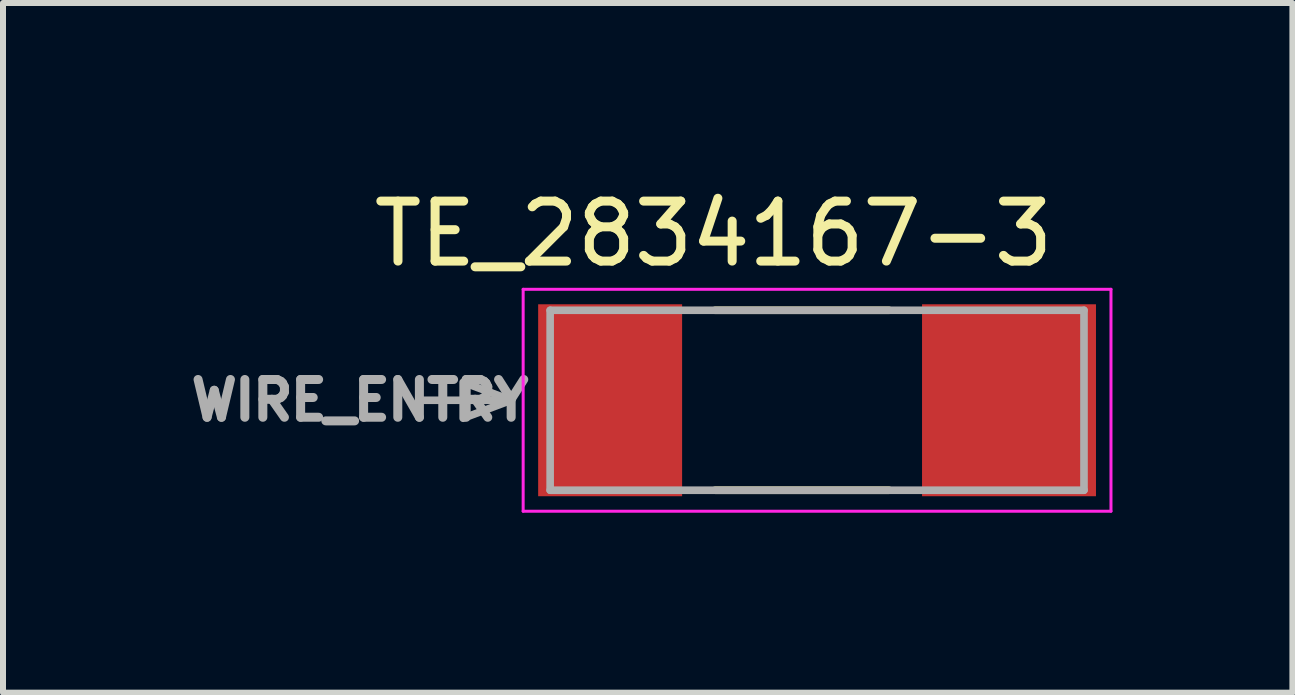
<source format=kicad_pcb>
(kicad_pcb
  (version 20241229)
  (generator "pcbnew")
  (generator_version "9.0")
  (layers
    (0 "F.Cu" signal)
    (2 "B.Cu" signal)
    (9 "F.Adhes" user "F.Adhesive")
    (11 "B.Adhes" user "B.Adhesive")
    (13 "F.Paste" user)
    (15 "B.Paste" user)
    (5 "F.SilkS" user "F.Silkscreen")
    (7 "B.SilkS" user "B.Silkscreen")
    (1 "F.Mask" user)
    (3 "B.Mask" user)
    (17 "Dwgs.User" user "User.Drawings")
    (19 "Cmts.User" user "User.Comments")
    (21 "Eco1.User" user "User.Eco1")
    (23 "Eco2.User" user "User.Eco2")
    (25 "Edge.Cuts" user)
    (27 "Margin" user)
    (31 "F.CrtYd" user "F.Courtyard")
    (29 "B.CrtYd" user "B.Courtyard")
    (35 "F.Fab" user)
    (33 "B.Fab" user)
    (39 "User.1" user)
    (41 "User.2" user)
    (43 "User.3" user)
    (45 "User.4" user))
  (footprint "TE_2834167-3"
    (layer "F.Cu")
    (at 10.572 3.623)
    (property "Reference" "TE_2834167-3" (at -1.725 -2.775 0) (layer "F.SilkS") (effects (font (size 1 1) (thickness 0.15))))
    (attr smd)
    (fp_line (start -1.7 -1.5) (end 1.2 -1.5) (stroke (width 0.127) (type solid)) (layer "F.SilkS"))
    (fp_line (start -1.7 1.5) (end 1.2 1.5) (stroke (width 0.127) (type solid)) (layer "F.SilkS"))
    (fp_line (start -4.9 -1.85) (end -4.9 1.85) (stroke (width 0.05) (type solid)) (layer "F.CrtYd"))
    (fp_line (start -4.9 1.85) (end 4.9 1.85) (stroke (width 0.05) (type solid)) (layer "F.CrtYd"))
    (fp_line (start 4.9 -1.85) (end -4.9 -1.85) (stroke (width 0.05) (type solid)) (layer "F.CrtYd"))
    (fp_line (start 4.9 1.85) (end 4.9 -1.85) (stroke (width 0.05) (type solid)) (layer "F.CrtYd"))
    (fp_line (start -6.6 0) (end -5.1 0) (stroke (width 0.127) (type solid)) (layer "F.Fab"))
    (fp_line (start -4.45 -1.5) (end -4.45 1.5) (stroke (width 0.127) (type solid)) (layer "F.Fab"))
    (fp_line (start -4.45 1.5) (end 4.45 1.5) (stroke (width 0.127) (type solid)) (layer "F.Fab"))
    (fp_line (start 4.45 -1.5) (end -4.45 -1.5) (stroke (width 0.127) (type solid)) (layer "F.Fab"))
    (fp_line (start 4.45 1.5) (end 4.45 -1.5) (stroke (width 0.127) (type solid)) (layer "F.Fab"))
    (fp_poly (pts (xy -5.1 0) (xy -5.9 -0.3) (xy -5.9 0.3)) (stroke (width 0.127) (type solid)) (fill no) (layer "F.Fab"))
    (fp_text user "WIRE_ENTRY" (at -7.62 0 0) (layer "F.Fab") (effects (font (size 0.63 0.63) (thickness 0.15))))
    (pad "1" smd rect (at -3.45 0) (size 2.4 3.2) (layers "F.Cu" "F.Mask" "F.Paste"))
    (pad "1" smd rect (at 3.2 0) (size 2.9 3.2) (layers "F.Cu" "F.Mask" "F.Paste")))
  (gr_rect
    (start -3 -3)
    (end 18.497 8.498)
    (stroke (width 0.1) (type default))
    (fill no)
    (layer "Edge.Cuts")))
</source>
